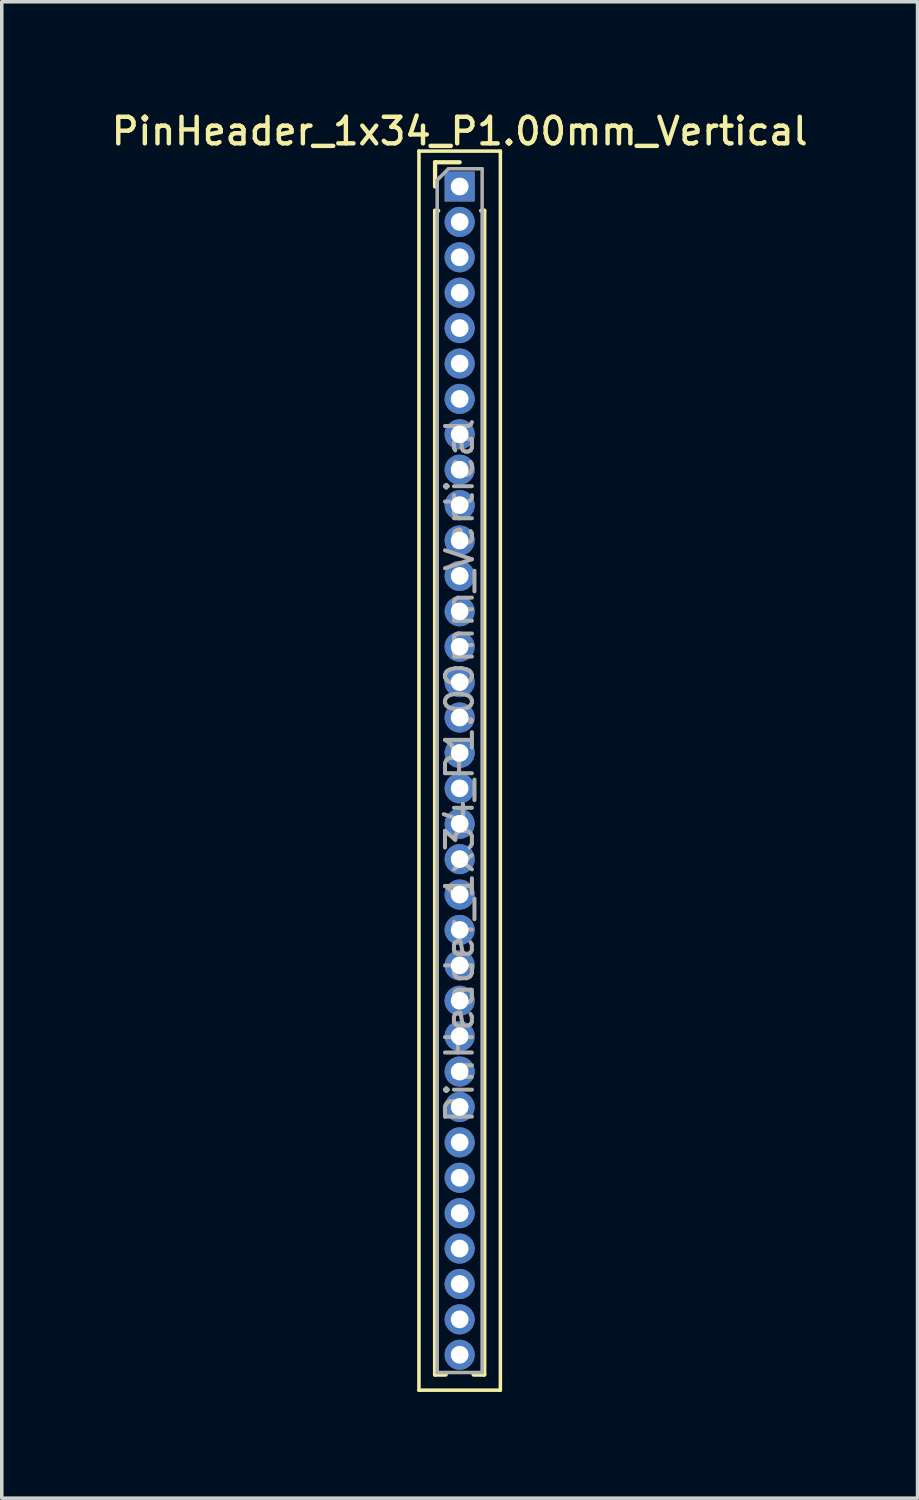
<source format=kicad_pcb>
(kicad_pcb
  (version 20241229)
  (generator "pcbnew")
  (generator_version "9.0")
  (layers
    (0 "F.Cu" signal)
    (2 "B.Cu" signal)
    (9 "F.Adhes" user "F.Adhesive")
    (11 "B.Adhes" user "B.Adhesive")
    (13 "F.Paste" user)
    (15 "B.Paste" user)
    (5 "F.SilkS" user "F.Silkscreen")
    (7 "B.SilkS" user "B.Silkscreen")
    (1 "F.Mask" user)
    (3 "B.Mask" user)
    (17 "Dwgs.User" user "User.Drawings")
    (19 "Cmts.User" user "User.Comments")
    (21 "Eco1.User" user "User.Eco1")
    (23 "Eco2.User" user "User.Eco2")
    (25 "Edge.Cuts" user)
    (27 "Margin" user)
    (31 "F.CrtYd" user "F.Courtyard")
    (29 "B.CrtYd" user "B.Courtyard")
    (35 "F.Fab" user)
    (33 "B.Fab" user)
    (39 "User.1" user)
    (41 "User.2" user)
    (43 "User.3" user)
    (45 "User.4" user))
  (footprint "PinHeader_1x34_P1.00mm_Vertical"
    (layer "F.Cu")
    (at 9.934 2.218)
    (property "Reference" "PinHeader_1x34_P1.00mm_Vertical" (at 0 -1.56 0) (layer "F.SilkS") (effects (font (size 0.75 0.75) (thickness 0.125))))
    (attr through_hole)
    (fp_line (start -1.15 -1) (end -1.15 34) (stroke (width 0.1) (type solid)) (layer "F.SilkS"))
    (fp_line (start -1.15 34) (end 1.15 34) (stroke (width 0.1) (type solid)) (layer "F.SilkS"))
    (fp_line (start -0.695 -0.685) (end 0 -0.685) (stroke (width 0.12) (type solid)) (layer "F.SilkS"))
    (fp_line (start -0.695 0) (end -0.695 -0.685) (stroke (width 0.12) (type solid)) (layer "F.SilkS"))
    (fp_line (start -0.695 0.685) (end -0.695 33.56) (stroke (width 0.12) (type solid)) (layer "F.SilkS"))
    (fp_line (start -0.695 0.685) (end -0.608 0.685) (stroke (width 0.12) (type solid)) (layer "F.SilkS"))
    (fp_line (start -0.695 33.56) (end -0.394 33.56) (stroke (width 0.12) (type solid)) (layer "F.SilkS"))
    (fp_line (start 0.394 33.56) (end 0.695 33.56) (stroke (width 0.12) (type solid)) (layer "F.SilkS"))
    (fp_line (start 0.608 0.685) (end 0.695 0.685) (stroke (width 0.12) (type solid)) (layer "F.SilkS"))
    (fp_line (start 0.695 0.685) (end 0.695 33.56) (stroke (width 0.12) (type solid)) (layer "F.SilkS"))
    (fp_line (start 1.15 -1) (end -1.15 -1) (stroke (width 0.1) (type solid)) (layer "F.SilkS"))
    (fp_line (start 1.15 34) (end 1.15 -1) (stroke (width 0.1) (type solid)) (layer "F.SilkS"))
    (fp_line (start -0.635 -0.182) (end -0.318 -0.5) (stroke (width 0.1) (type solid)) (layer "F.Fab"))
    (fp_line (start -0.635 33.5) (end -0.635 -0.182) (stroke (width 0.1) (type solid)) (layer "F.Fab"))
    (fp_line (start -0.318 -0.5) (end 0.635 -0.5) (stroke (width 0.1) (type solid)) (layer "F.Fab"))
    (fp_line (start 0.635 -0.5) (end 0.635 33.5) (stroke (width 0.1) (type solid)) (layer "F.Fab"))
    (fp_line (start 0.635 33.5) (end -0.635 33.5) (stroke (width 0.1) (type solid)) (layer "F.Fab"))
    (fp_text user "${REFERENCE}" (at 0 16.5 90) (layer "F.Fab") (effects (font (size 0.76 0.76) (thickness 0.114))))
    (pad "1" thru_hole rect (at 0 0) (size 0.85 0.85) (drill 0.5) (layers "*.Cu" "*.Mask"))
    (pad "2" thru_hole oval (at 0 1) (size 0.85 0.85) (drill 0.5) (layers "*.Cu" "*.Mask"))
    (pad "3" thru_hole oval (at 0 2) (size 0.85 0.85) (drill 0.5) (layers "*.Cu" "*.Mask"))
    (pad "4" thru_hole oval (at 0 3) (size 0.85 0.85) (drill 0.5) (layers "*.Cu" "*.Mask"))
    (pad "5" thru_hole oval (at 0 4) (size 0.85 0.85) (drill 0.5) (layers "*.Cu" "*.Mask"))
    (pad "6" thru_hole oval (at 0 5) (size 0.85 0.85) (drill 0.5) (layers "*.Cu" "*.Mask"))
    (pad "7" thru_hole oval (at 0 6) (size 0.85 0.85) (drill 0.5) (layers "*.Cu" "*.Mask"))
    (pad "8" thru_hole oval (at 0 7) (size 0.85 0.85) (drill 0.5) (layers "*.Cu" "*.Mask"))
    (pad "9" thru_hole oval (at 0 8) (size 0.85 0.85) (drill 0.5) (layers "*.Cu" "*.Mask"))
    (pad "10" thru_hole oval (at 0 9) (size 0.85 0.85) (drill 0.5) (layers "*.Cu" "*.Mask"))
    (pad "11" thru_hole oval (at 0 10) (size 0.85 0.85) (drill 0.5) (layers "*.Cu" "*.Mask"))
    (pad "12" thru_hole oval (at 0 11) (size 0.85 0.85) (drill 0.5) (layers "*.Cu" "*.Mask"))
    (pad "13" thru_hole oval (at 0 12) (size 0.85 0.85) (drill 0.5) (layers "*.Cu" "*.Mask"))
    (pad "14" thru_hole oval (at 0 13) (size 0.85 0.85) (drill 0.5) (layers "*.Cu" "*.Mask"))
    (pad "15" thru_hole oval (at 0 14) (size 0.85 0.85) (drill 0.5) (layers "*.Cu" "*.Mask"))
    (pad "16" thru_hole oval (at 0 15) (size 0.85 0.85) (drill 0.5) (layers "*.Cu" "*.Mask"))
    (pad "17" thru_hole oval (at 0 16) (size 0.85 0.85) (drill 0.5) (layers "*.Cu" "*.Mask"))
    (pad "18" thru_hole oval (at 0 17) (size 0.85 0.85) (drill 0.5) (layers "*.Cu" "*.Mask"))
    (pad "19" thru_hole oval (at 0 18) (size 0.85 0.85) (drill 0.5) (layers "*.Cu" "*.Mask"))
    (pad "20" thru_hole oval (at 0 19) (size 0.85 0.85) (drill 0.5) (layers "*.Cu" "*.Mask"))
    (pad "21" thru_hole oval (at 0 20) (size 0.85 0.85) (drill 0.5) (layers "*.Cu" "*.Mask"))
    (pad "22" thru_hole oval (at 0 21) (size 0.85 0.85) (drill 0.5) (layers "*.Cu" "*.Mask"))
    (pad "23" thru_hole oval (at 0 22) (size 0.85 0.85) (drill 0.5) (layers "*.Cu" "*.Mask"))
    (pad "24" thru_hole oval (at 0 23) (size 0.85 0.85) (drill 0.5) (layers "*.Cu" "*.Mask"))
    (pad "25" thru_hole oval (at 0 24) (size 0.85 0.85) (drill 0.5) (layers "*.Cu" "*.Mask"))
    (pad "26" thru_hole oval (at 0 25) (size 0.85 0.85) (drill 0.5) (layers "*.Cu" "*.Mask"))
    (pad "27" thru_hole oval (at 0 26) (size 0.85 0.85) (drill 0.5) (layers "*.Cu" "*.Mask"))
    (pad "28" thru_hole oval (at 0 27) (size 0.85 0.85) (drill 0.5) (layers "*.Cu" "*.Mask"))
    (pad "29" thru_hole oval (at 0 28) (size 0.85 0.85) (drill 0.5) (layers "*.Cu" "*.Mask"))
    (pad "30" thru_hole oval (at 0 29) (size 0.85 0.85) (drill 0.5) (layers "*.Cu" "*.Mask"))
    (pad "31" thru_hole oval (at 0 30) (size 0.85 0.85) (drill 0.5) (layers "*.Cu" "*.Mask"))
    (pad "32" thru_hole oval (at 0 31) (size 0.85 0.85) (drill 0.5) (layers "*.Cu" "*.Mask"))
    (pad "33" thru_hole oval (at 0 32) (size 0.85 0.85) (drill 0.5) (layers "*.Cu" "*.Mask"))
    (pad "34" thru_hole oval (at 0 33) (size 0.85 0.85) (drill 0.5) (layers "*.Cu" "*.Mask")))
  (gr_rect
    (start -3 -3)
    (end 22.868 39.268)
    (stroke (width 0.1) (type default))
    (fill no)
    (layer "Edge.Cuts")))
</source>
